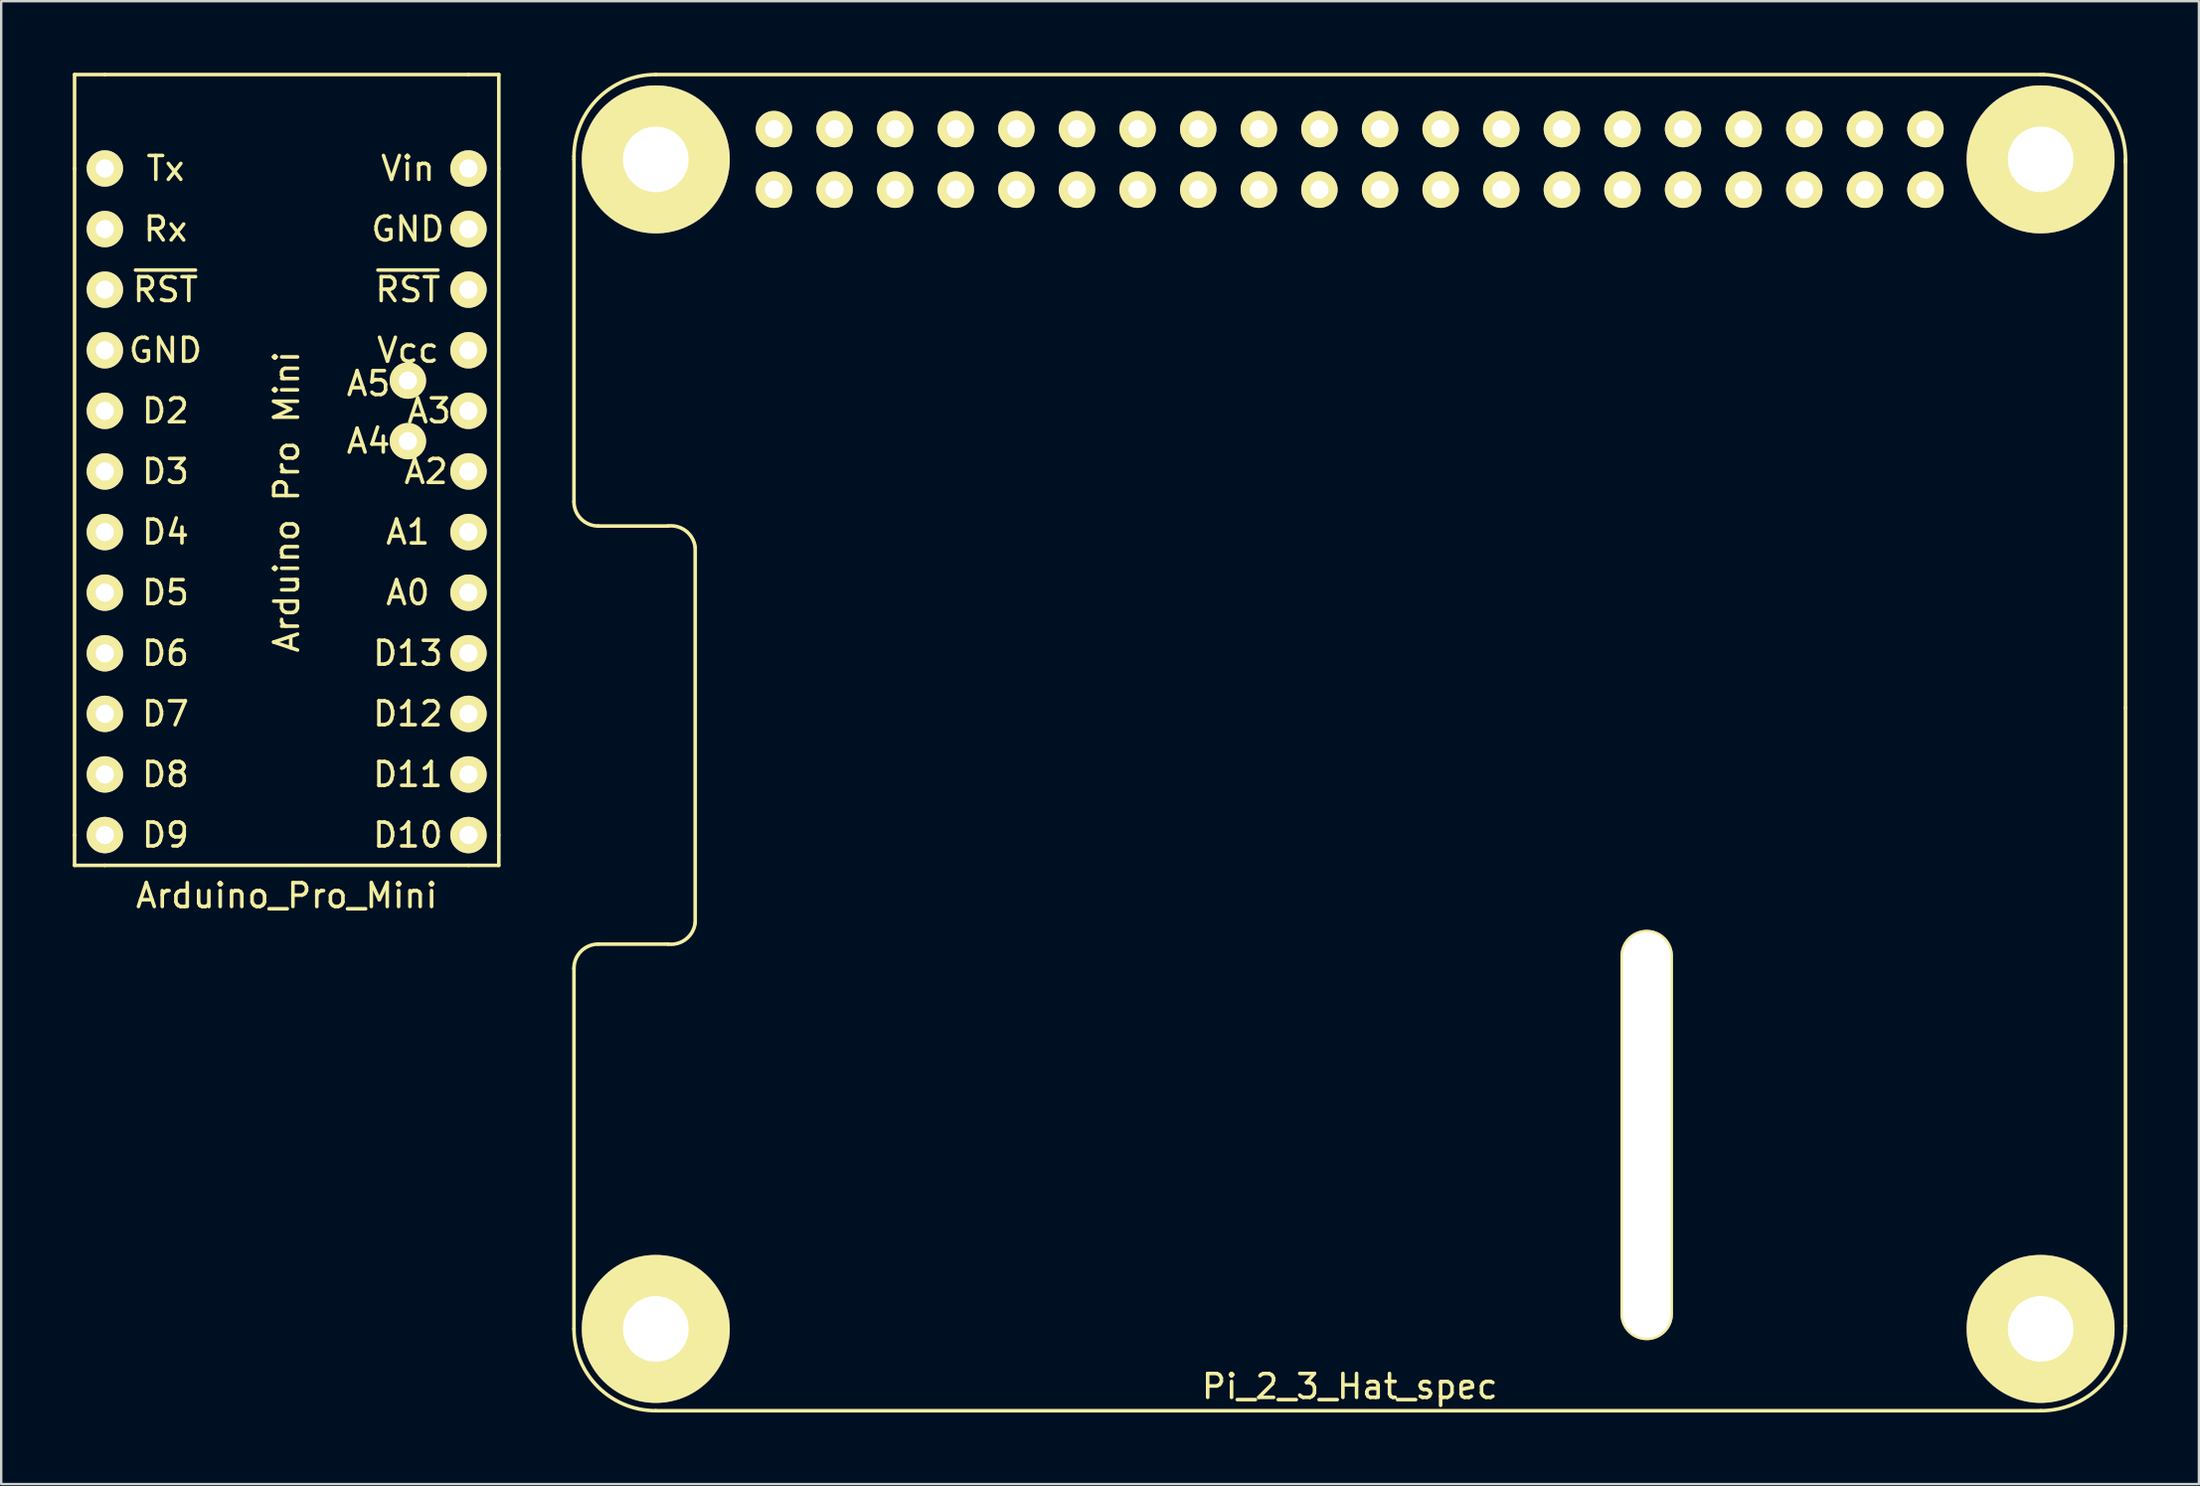
<source format=kicad_pcb>
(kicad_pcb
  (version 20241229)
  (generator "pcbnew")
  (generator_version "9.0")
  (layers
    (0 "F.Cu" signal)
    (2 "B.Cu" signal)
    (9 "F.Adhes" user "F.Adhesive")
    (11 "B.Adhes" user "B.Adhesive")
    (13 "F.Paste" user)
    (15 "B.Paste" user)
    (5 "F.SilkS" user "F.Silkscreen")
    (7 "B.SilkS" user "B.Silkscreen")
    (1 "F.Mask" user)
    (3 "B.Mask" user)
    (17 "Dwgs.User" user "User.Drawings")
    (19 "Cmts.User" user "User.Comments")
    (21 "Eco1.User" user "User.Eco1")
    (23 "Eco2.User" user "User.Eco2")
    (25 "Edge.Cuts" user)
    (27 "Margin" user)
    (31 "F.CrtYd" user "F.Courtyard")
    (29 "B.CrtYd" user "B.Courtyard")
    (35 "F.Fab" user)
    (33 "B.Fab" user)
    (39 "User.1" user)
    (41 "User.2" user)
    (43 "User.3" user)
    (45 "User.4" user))
  (footprint "Arduino_Pro_Mini"
    (layer "F.Cu")
    (at 8.965 17.982)
    (property "Reference" "Arduino_Pro_Mini" (at 0 16.51 0) (layer "F.SilkS") (effects (font (size 1 1) (thickness 0.15))))
    (attr through_hole)
    (fp_line (start -8.89 -17.907) (end -7.62 -17.907) (stroke (width 0.15) (type solid)) (layer "F.SilkS"))
    (fp_line (start -8.89 -13.97) (end -8.89 -17.907) (stroke (width 0.15) (type solid)) (layer "F.SilkS"))
    (fp_line (start -8.89 13.97) (end -8.89 -13.97) (stroke (width 0.15) (type solid)) (layer "F.SilkS"))
    (fp_line (start -8.89 13.97) (end -8.89 15.24) (stroke (width 0.15) (type solid)) (layer "F.SilkS"))
    (fp_line (start -8.89 15.24) (end -7.62 15.24) (stroke (width 0.15) (type solid)) (layer "F.SilkS"))
    (fp_line (start -7.62 -17.907) (end 7.62 -17.907) (stroke (width 0.15) (type solid)) (layer "F.SilkS"))
    (fp_line (start 7.62 15.24) (end -7.62 15.24) (stroke (width 0.15) (type solid)) (layer "F.SilkS"))
    (fp_line (start 7.62 15.24) (end 8.89 15.24) (stroke (width 0.15) (type solid)) (layer "F.SilkS"))
    (fp_line (start 8.89 -17.907) (end 7.62 -17.907) (stroke (width 0.15) (type solid)) (layer "F.SilkS"))
    (fp_line (start 8.89 -13.97) (end 8.89 -17.907) (stroke (width 0.15) (type solid)) (layer "F.SilkS"))
    (fp_line (start 8.89 -13.97) (end 8.89 13.97) (stroke (width 0.15) (type solid)) (layer "F.SilkS"))
    (fp_line (start 8.89 15.24) (end 8.89 13.97) (stroke (width 0.15) (type solid)) (layer "F.SilkS"))
    (fp_text user "Vcc" (at 5.08 -6.35 0) (layer "F.SilkS") (effects (font (size 1 1) (thickness 0.15))))
    (fp_text user "D11" (at 5.08 11.43 0) (layer "F.SilkS") (effects (font (size 1 1) (thickness 0.15))))
    (fp_text user "D13" (at 5.08 6.35 0) (layer "F.SilkS") (effects (font (size 1 1) (thickness 0.15))))
    (fp_text user "D2" (at -5.08 -3.81 0) (layer "F.SilkS") (effects (font (size 1 1) (thickness 0.15))))
    (fp_text user "A3" (at 5.969 -3.81 0) (layer "F.SilkS") (effects (font (size 1 1) (thickness 0.15))))
    (fp_text user "GND" (at 5.08 -11.43 0) (layer "F.SilkS") (effects (font (size 1 1) (thickness 0.15))))
    (fp_text user "D5" (at -5.08 3.81 0) (layer "F.SilkS") (effects (font (size 1 1) (thickness 0.15))))
    (fp_text user "D7" (at -5.08 8.89 0) (layer "F.SilkS") (effects (font (size 1 1) (thickness 0.15))))
    (fp_text user "Vin" (at 5.08 -13.97 0) (layer "F.SilkS") (effects (font (size 1 1) (thickness 0.15))))
    (fp_text user "D8" (at -5.08 11.43 0) (layer "F.SilkS") (effects (font (size 1 1) (thickness 0.15))))
    (fp_text user "A0" (at 5.08 3.81 0) (layer "F.SilkS") (effects (font (size 1 1) (thickness 0.15))))
    (fp_text user "A4" (at 3.429 -2.54 0) (layer "F.SilkS") (effects (font (size 1 1) (thickness 0.15))))
    (fp_text user "D9" (at -5.08 13.97 0) (layer "F.SilkS") (effects (font (size 1 1) (thickness 0.15))))
    (fp_text user "D4" (at -5.08 1.27 0) (layer "F.SilkS") (effects (font (size 1 1) (thickness 0.15))))
    (fp_text user "D10" (at 5.08 13.97 0) (layer "F.SilkS") (effects (font (size 1 1) (thickness 0.15))))
    (fp_text user "Arduino Pro Mini" (at 0 0 90) (layer "F.SilkS") (effects (font (size 1 1) (thickness 0.15))))
    (fp_text user "A2" (at 5.842 -1.27 0) (layer "F.SilkS") (effects (font (size 1 1) (thickness 0.15))))
    (fp_text user "D3" (at -5.08 -1.27 0) (layer "F.SilkS") (effects (font (size 1 1) (thickness 0.15))))
    (fp_text user "~{RST}" (at 5.08 -8.89 0) (layer "F.SilkS") (effects (font (size 1 1) (thickness 0.15))))
    (fp_text user "Rx" (at -5.08 -11.43 0) (layer "F.SilkS") (effects (font (size 1 1) (thickness 0.15))))
    (fp_text user "D6" (at -5.08 6.35 0) (layer "F.SilkS") (effects (font (size 1 1) (thickness 0.15))))
    (fp_text user "GND" (at -5.08 -6.35 0) (layer "F.SilkS") (effects (font (size 1 1) (thickness 0.15))))
    (fp_text user "~{RST}" (at -5.08 -8.89 0) (layer "F.SilkS") (effects (font (size 1 1) (thickness 0.15))))
    (fp_text user "A5" (at 3.429 -4.953 0) (layer "F.SilkS") (effects (font (size 1 1) (thickness 0.15))))
    (fp_text user "A1" (at 5.08 1.27 0) (layer "F.SilkS") (effects (font (size 1 1) (thickness 0.15))))
    (fp_text user "D12" (at 5.08 8.89 0) (layer "F.SilkS") (effects (font (size 1 1) (thickness 0.15))))
    (fp_text user "Tx" (at -5.08 -13.97 0) (layer "F.SilkS") (effects (font (size 1 1) (thickness 0.15))))
    (pad "1" thru_hole circle (at -7.62 -13.97) (size 1.524 1.524) (drill 0.762) (layers "*.Cu" "*.Mask" "F.SilkS"))
    (pad "2" thru_hole circle (at -7.62 -11.43) (size 1.524 1.524) (drill 0.762) (layers "*.Cu" "*.Mask" "F.SilkS"))
    (pad "3" thru_hole circle (at -7.62 -8.89) (size 1.524 1.524) (drill 0.762) (layers "*.Cu" "*.Mask" "F.SilkS"))
    (pad "4" thru_hole circle (at -7.62 -6.35) (size 1.524 1.524) (drill 0.762) (layers "*.Cu" "*.Mask" "F.SilkS"))
    (pad "5" thru_hole circle (at -7.62 -3.81) (size 1.524 1.524) (drill 0.762) (layers "*.Cu" "*.Mask" "F.SilkS"))
    (pad "6" thru_hole circle (at -7.62 -1.27) (size 1.524 1.524) (drill 0.762) (layers "*.Cu" "*.Mask" "F.SilkS"))
    (pad "7" thru_hole circle (at -7.62 1.27) (size 1.524 1.524) (drill 0.762) (layers "*.Cu" "*.Mask" "F.SilkS"))
    (pad "8" thru_hole circle (at -7.62 3.81) (size 1.524 1.524) (drill 0.762) (layers "*.Cu" "*.Mask" "F.SilkS"))
    (pad "9" thru_hole circle (at -7.62 6.35) (size 1.524 1.524) (drill 0.762) (layers "*.Cu" "*.Mask" "F.SilkS"))
    (pad "10" thru_hole circle (at -7.62 8.89) (size 1.524 1.524) (drill 0.762) (layers "*.Cu" "*.Mask" "F.SilkS"))
    (pad "11" thru_hole circle (at -7.62 11.43) (size 1.524 1.524) (drill 0.762) (layers "*.Cu" "*.Mask" "F.SilkS"))
    (pad "12" thru_hole circle (at -7.62 13.97) (size 1.524 1.524) (drill 0.762) (layers "*.Cu" "*.Mask" "F.SilkS"))
    (pad "13" thru_hole circle (at 7.62 13.97) (size 1.524 1.524) (drill 0.762) (layers "*.Cu" "*.Mask" "F.SilkS"))
    (pad "14" thru_hole circle (at 7.62 11.43) (size 1.524 1.524) (drill 0.762) (layers "*.Cu" "*.Mask" "F.SilkS"))
    (pad "15" thru_hole circle (at 7.62 8.89) (size 1.524 1.524) (drill 0.762) (layers "*.Cu" "*.Mask" "F.SilkS"))
    (pad "16" thru_hole circle (at 7.62 6.35) (size 1.524 1.524) (drill 0.762) (layers "*.Cu" "*.Mask" "F.SilkS"))
    (pad "17" thru_hole circle (at 7.62 3.81) (size 1.524 1.524) (drill 0.762) (layers "*.Cu" "*.Mask" "F.SilkS"))
    (pad "18" thru_hole circle (at 7.62 1.27) (size 1.524 1.524) (drill 0.762) (layers "*.Cu" "*.Mask" "F.SilkS"))
    (pad "19" thru_hole circle (at 7.62 -1.27) (size 1.524 1.524) (drill 0.762) (layers "*.Cu" "*.Mask" "F.SilkS"))
    (pad "20" thru_hole circle (at 7.62 -3.81) (size 1.524 1.524) (drill 0.762) (layers "*.Cu" "*.Mask" "F.SilkS"))
    (pad "21" thru_hole circle (at 7.62 -6.35) (size 1.524 1.524) (drill 0.762) (layers "*.Cu" "*.Mask" "F.SilkS"))
    (pad "22" thru_hole circle (at 7.62 -8.89) (size 1.524 1.524) (drill 0.762) (layers "*.Cu" "*.Mask" "F.SilkS"))
    (pad "23" thru_hole circle (at 7.62 -11.43) (size 1.524 1.524) (drill 0.762) (layers "*.Cu" "*.Mask" "F.SilkS"))
    (pad "24" thru_hole circle (at 7.62 -13.97) (size 1.524 1.524) (drill 0.762) (layers "*.Cu" "*.Mask" "F.SilkS"))
    (pad "25" thru_hole circle (at 5.08 -2.54) (size 1.524 1.524) (drill 0.762) (layers "*.Cu" "*.Mask" "F.SilkS"))
    (pad "26" thru_hole circle (at 5.08 -5.08) (size 1.524 1.524) (drill 0.762) (layers "*.Cu" "*.Mask" "F.SilkS")))
  (footprint "Pi_2_3_Hat_spec"
    (layer "F.Cu")
    (at 53.517 13.283)
    (property "Reference" "Pi_2_3_Hat_spec" (at 0 41.783 0) (layer "F.SilkS") (effects (font (size 1 1) (thickness 0.15))))
    (attr through_hole)
    (fp_line (start -32.512 -9.779) (end -32.512 -9.652) (stroke (width 0.15) (type solid)) (layer "F.SilkS"))
    (fp_line (start -32.512 4.699) (end -32.512 -9.652) (stroke (width 0.15) (type solid)) (layer "F.SilkS"))
    (fp_line (start -32.512 24.257) (end -32.512 39.37) (stroke (width 0.15) (type solid)) (layer "F.SilkS"))
    (fp_line (start -29.083 -13.208) (end 28.956 -13.208) (stroke (width 0.15) (type solid)) (layer "F.SilkS"))
    (fp_line (start -28.575 5.715) (end -31.496 5.715) (stroke (width 0.15) (type solid)) (layer "F.SilkS"))
    (fp_line (start -28.575 23.241) (end -31.496 23.241) (stroke (width 0.15) (type solid)) (layer "F.SilkS"))
    (fp_line (start -27.432 22.352) (end -27.432 6.604) (stroke (width 0.15) (type solid)) (layer "F.SilkS"))
    (fp_line (start 28.956 42.799) (end -29.083 42.799) (stroke (width 0.15) (type solid)) (layer "F.SilkS"))
    (fp_line (start 29.083 -13.208) (end 28.956 -13.208) (stroke (width 0.15) (type solid)) (layer "F.SilkS"))
    (fp_line (start 32.512 -9.652) (end 32.512 13.335) (stroke (width 0.15) (type solid)) (layer "F.SilkS"))
    (fp_line (start 32.512 39.243) (end 32.512 13.335) (stroke (width 0.15) (type solid)) (layer "F.SilkS"))
    (fp_arc (start -32.512 -9.779) (mid -31.507669 -12.203669) (end -29.083 -13.208) (stroke (width 0.15) (type solid)) (layer "F.SilkS"))
    (fp_arc (start -32.512 24.257) (mid -32.21442 23.53858) (end -31.496 23.241) (stroke (width 0.15) (type solid)) (layer "F.SilkS"))
    (fp_arc (start -31.496 5.715) (mid -32.21442 5.41742) (end -32.512 4.699) (stroke (width 0.15) (type solid)) (layer "F.SilkS"))
    (fp_arc (start -29.083 42.799) (mid -31.507669 41.794669) (end -32.512 39.37) (stroke (width 0.15) (type solid)) (layer "F.SilkS"))
    (fp_arc (start -28.575 5.715) (mid -27.819382 5.922777) (end -27.432 6.604) (stroke (width 0.15) (type solid)) (layer "F.SilkS"))
    (fp_arc (start -27.432 22.352) (mid -27.819382 23.033223) (end -28.575 23.241) (stroke (width 0.15) (type solid)) (layer "F.SilkS"))
    (fp_arc (start 29.083 -13.208) (mid 31.560274 -12.076669) (end 32.512 -9.525) (stroke (width 0.15) (type solid)) (layer "F.SilkS"))
    (fp_arc (start 32.512 39.243) (mid 31.470472 41.757472) (end 28.956 42.799) (stroke (width 0.15) (type solid)) (layer "F.SilkS"))
    (pad "" np_thru_hole circle (at -29.083 -9.652) (size 6.2 6.2) (drill 2.75) (layers "*.Cu" "*.Mask" "F.SilkS"))
    (pad "" np_thru_hole circle (at -29.083 39.37) (size 6.2 6.2) (drill 2.75) (layers "*.Cu" "*.Mask" "F.SilkS"))
    (pad "" np_thru_hole oval (at 12.446 31.242) (size 2.2 17.2) (drill oval 2 17) (layers "*.Cu" "*.Mask" "F.SilkS"))
    (pad "" np_thru_hole circle (at 28.956 -9.652) (size 6.2 6.2) (drill 2.75) (layers "*.Cu" "*.Mask" "F.SilkS"))
    (pad "" np_thru_hole circle (at 28.956 39.37) (size 6.2 6.2) (drill 2.75) (layers "*.Cu" "*.Mask" "F.SilkS"))
    (pad "1" thru_hole circle (at -24.13 -8.382) (size 1.524 1.524) (drill 0.762) (layers "*.Cu" "*.Mask" "F.SilkS"))
    (pad "2" thru_hole circle (at -24.13 -10.922) (size 1.524 1.524) (drill 0.762) (layers "*.Cu" "*.Mask" "F.SilkS"))
    (pad "3" thru_hole circle (at -21.59 -8.382) (size 1.524 1.524) (drill 0.762) (layers "*.Cu" "*.Mask" "F.SilkS"))
    (pad "4" thru_hole circle (at -21.59 -10.922) (size 1.524 1.524) (drill 0.762) (layers "*.Cu" "*.Mask" "F.SilkS"))
    (pad "5" thru_hole circle (at -19.05 -8.382) (size 1.524 1.524) (drill 0.762) (layers "*.Cu" "*.Mask" "F.SilkS"))
    (pad "6" thru_hole circle (at -19.05 -10.922) (size 1.524 1.524) (drill 0.762) (layers "*.Cu" "*.Mask" "F.SilkS"))
    (pad "7" thru_hole circle (at -16.51 -8.382) (size 1.524 1.524) (drill 0.762) (layers "*.Cu" "*.Mask" "F.SilkS"))
    (pad "8" thru_hole circle (at -16.51 -10.922) (size 1.524 1.524) (drill 0.762) (layers "*.Cu" "*.Mask" "F.SilkS"))
    (pad "9" thru_hole circle (at -13.97 -8.382) (size 1.524 1.524) (drill 0.762) (layers "*.Cu" "*.Mask" "F.SilkS"))
    (pad "10" thru_hole circle (at -13.97 -10.922) (size 1.524 1.524) (drill 0.762) (layers "*.Cu" "*.Mask" "F.SilkS"))
    (pad "11" thru_hole circle (at -11.43 -8.382) (size 1.524 1.524) (drill 0.762) (layers "*.Cu" "*.Mask" "F.SilkS"))
    (pad "12" thru_hole circle (at -11.43 -10.922) (size 1.524 1.524) (drill 0.762) (layers "*.Cu" "*.Mask" "F.SilkS"))
    (pad "13" thru_hole circle (at -8.89 -8.382) (size 1.524 1.524) (drill 0.762) (layers "*.Cu" "*.Mask" "F.SilkS"))
    (pad "14" thru_hole circle (at -8.89 -10.922) (size 1.524 1.524) (drill 0.762) (layers "*.Cu" "*.Mask" "F.SilkS"))
    (pad "15" thru_hole circle (at -6.35 -8.382) (size 1.524 1.524) (drill 0.762) (layers "*.Cu" "*.Mask" "F.SilkS"))
    (pad "16" thru_hole circle (at -6.35 -10.922) (size 1.524 1.524) (drill 0.762) (layers "*.Cu" "*.Mask" "F.SilkS"))
    (pad "17" thru_hole circle (at -3.81 -8.382) (size 1.524 1.524) (drill 0.762) (layers "*.Cu" "*.Mask" "F.SilkS"))
    (pad "18" thru_hole circle (at -3.81 -10.922) (size 1.524 1.524) (drill 0.762) (layers "*.Cu" "*.Mask" "F.SilkS"))
    (pad "19" thru_hole circle (at -1.27 -8.382) (size 1.524 1.524) (drill 0.762) (layers "*.Cu" "*.Mask" "F.SilkS"))
    (pad "20" thru_hole circle (at -1.27 -10.922) (size 1.524 1.524) (drill 0.762) (layers "*.Cu" "*.Mask" "F.SilkS"))
    (pad "21" thru_hole circle (at 1.27 -8.382) (size 1.524 1.524) (drill 0.762) (layers "*.Cu" "*.Mask" "F.SilkS"))
    (pad "22" thru_hole circle (at 1.27 -10.922) (size 1.524 1.524) (drill 0.762) (layers "*.Cu" "*.Mask" "F.SilkS"))
    (pad "23" thru_hole circle (at 3.81 -8.382) (size 1.524 1.524) (drill 0.762) (layers "*.Cu" "*.Mask" "F.SilkS"))
    (pad "24" thru_hole circle (at 3.81 -10.922) (size 1.524 1.524) (drill 0.762) (layers "*.Cu" "*.Mask" "F.SilkS"))
    (pad "25" thru_hole circle (at 6.35 -8.382) (size 1.524 1.524) (drill 0.762) (layers "*.Cu" "*.Mask" "F.SilkS"))
    (pad "26" thru_hole circle (at 6.35 -10.922) (size 1.524 1.524) (drill 0.762) (layers "*.Cu" "*.Mask" "F.SilkS"))
    (pad "27" thru_hole circle (at 8.89 -8.382) (size 1.524 1.524) (drill 0.762) (layers "*.Cu" "*.Mask" "F.SilkS"))
    (pad "28" thru_hole circle (at 8.89 -10.922) (size 1.524 1.524) (drill 0.762) (layers "*.Cu" "*.Mask" "F.SilkS"))
    (pad "29" thru_hole circle (at 11.43 -8.382) (size 1.524 1.524) (drill 0.762) (layers "*.Cu" "*.Mask" "F.SilkS"))
    (pad "30" thru_hole circle (at 11.43 -10.922) (size 1.524 1.524) (drill 0.762) (layers "*.Cu" "*.Mask" "F.SilkS"))
    (pad "31" thru_hole circle (at 13.97 -8.382) (size 1.524 1.524) (drill 0.762) (layers "*.Cu" "*.Mask" "F.SilkS"))
    (pad "32" thru_hole circle (at 13.97 -10.922) (size 1.524 1.524) (drill 0.762) (layers "*.Cu" "*.Mask" "F.SilkS"))
    (pad "33" thru_hole circle (at 16.51 -8.382) (size 1.524 1.524) (drill 0.762) (layers "*.Cu" "*.Mask" "F.SilkS"))
    (pad "34" thru_hole circle (at 16.51 -10.922) (size 1.524 1.524) (drill 0.762) (layers "*.Cu" "*.Mask" "F.SilkS"))
    (pad "35" thru_hole circle (at 19.05 -8.382) (size 1.524 1.524) (drill 0.762) (layers "*.Cu" "*.Mask" "F.SilkS"))
    (pad "36" thru_hole circle (at 19.05 -10.922) (size 1.524 1.524) (drill 0.762) (layers "*.Cu" "*.Mask" "F.SilkS"))
    (pad "37" thru_hole circle (at 21.59 -8.382) (size 1.524 1.524) (drill 0.762) (layers "*.Cu" "*.Mask" "F.SilkS"))
    (pad "38" thru_hole circle (at 21.59 -10.922) (size 1.524 1.524) (drill 0.762) (layers "*.Cu" "*.Mask" "F.SilkS"))
    (pad "39" thru_hole circle (at 24.13 -8.382) (size 1.524 1.524) (drill 0.762) (layers "*.Cu" "*.Mask" "F.SilkS"))
    (pad "40" thru_hole circle (at 24.13 -10.922) (size 1.524 1.524) (drill 0.762) (layers "*.Cu" "*.Mask" "F.SilkS")))
  (gr_rect
    (start -3 -3)
    (end 89.106 59.157)
    (stroke (width 0.1) (type default))
    (fill no)
    (layer "Edge.Cuts")))
</source>
